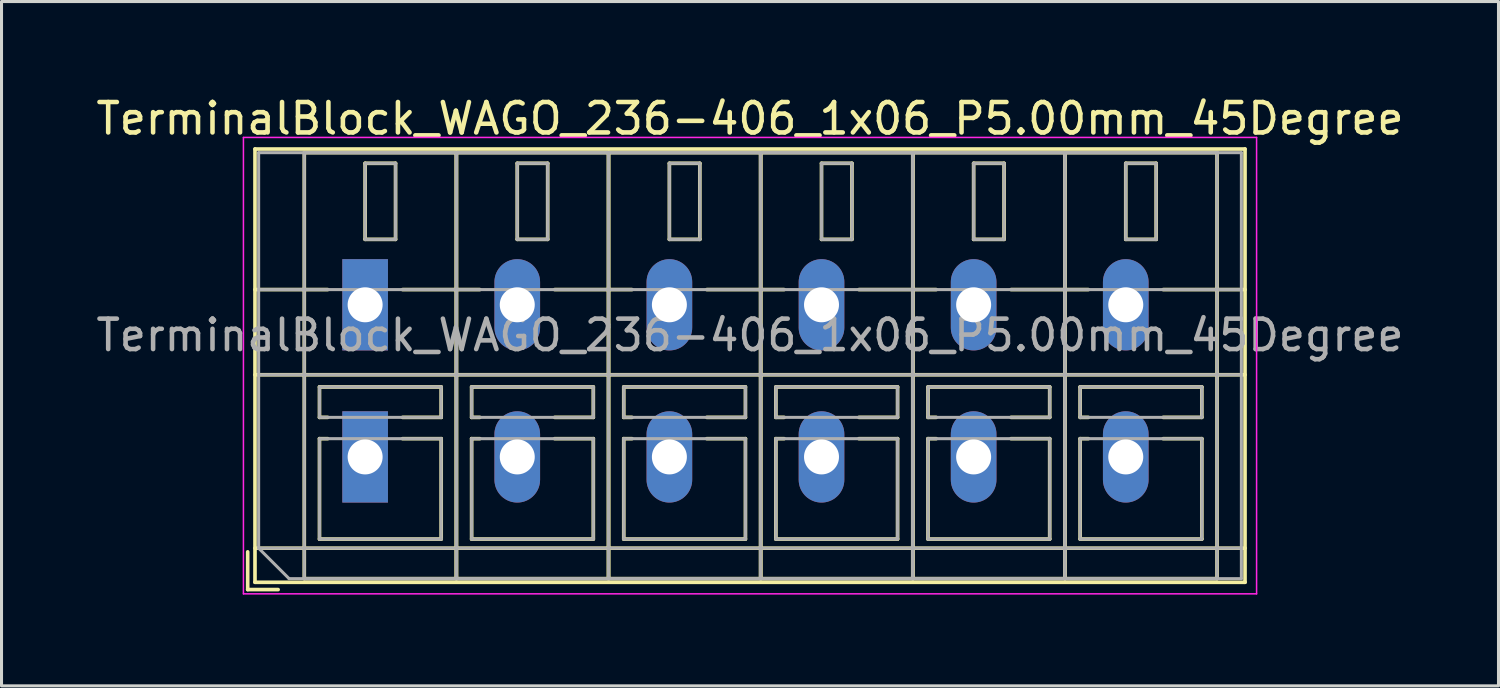
<source format=kicad_pcb>
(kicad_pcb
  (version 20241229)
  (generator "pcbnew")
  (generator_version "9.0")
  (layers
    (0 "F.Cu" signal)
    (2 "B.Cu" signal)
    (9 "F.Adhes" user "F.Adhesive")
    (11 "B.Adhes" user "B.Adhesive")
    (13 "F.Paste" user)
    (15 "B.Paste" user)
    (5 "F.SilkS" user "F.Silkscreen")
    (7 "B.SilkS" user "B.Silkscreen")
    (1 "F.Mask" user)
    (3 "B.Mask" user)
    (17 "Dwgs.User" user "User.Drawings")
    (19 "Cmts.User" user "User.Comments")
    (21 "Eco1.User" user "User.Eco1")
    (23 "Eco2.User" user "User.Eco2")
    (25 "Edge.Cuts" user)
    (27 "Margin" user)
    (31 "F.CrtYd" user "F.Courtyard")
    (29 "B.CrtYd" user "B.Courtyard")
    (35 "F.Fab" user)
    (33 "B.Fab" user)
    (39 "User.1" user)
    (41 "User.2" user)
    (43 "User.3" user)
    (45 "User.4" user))
  (footprint "TerminalBlock_WAGO_236-406_1x06_P5.00mm_45Degree"
    (layer "F.Cu")
    (at 8.951 6.968)
    (property "Reference" "TerminalBlock_WAGO_236-406_1x06_P5.00mm_45Degree" (at 12.65 -6.12 0) (layer "F.SilkS") (effects (font (size 1 1) (thickness 0.15))))
    (attr through_hole)
    (fp_line (start -3.86 8.12) (end -3.86 9.36) (stroke (width 0.12) (type solid)) (layer "F.SilkS"))
    (fp_line (start -3.86 9.36) (end -2.86 9.36) (stroke (width 0.12) (type solid)) (layer "F.SilkS"))
    (fp_line (start -3.62 -5.12) (end -3.62 9.12) (stroke (width 0.12) (type solid)) (layer "F.SilkS"))
    (fp_line (start -3.62 -5.12) (end 28.92 -5.12) (stroke (width 0.12) (type solid)) (layer "F.SilkS"))
    (fp_line (start -3.62 -0.5) (end -1.23 -0.5) (stroke (width 0.12) (type solid)) (layer "F.SilkS"))
    (fp_line (start -3.62 2.3) (end 28.92 2.3) (stroke (width 0.12) (type solid)) (layer "F.SilkS"))
    (fp_line (start -3.62 8) (end 28.92 8) (stroke (width 0.12) (type solid)) (layer "F.SilkS"))
    (fp_line (start -3.62 9.12) (end 28.92 9.12) (stroke (width 0.12) (type solid)) (layer "F.SilkS"))
    (fp_line (start -2 -5) (end -2 9) (stroke (width 0.12) (type solid)) (layer "F.SilkS"))
    (fp_line (start -2 -5) (end 3 -5) (stroke (width 0.12) (type solid)) (layer "F.SilkS"))
    (fp_line (start -2 9) (end 3 9) (stroke (width 0.12) (type solid)) (layer "F.SilkS"))
    (fp_line (start -1.5 2.7) (end -1.5 3.7) (stroke (width 0.12) (type solid)) (layer "F.SilkS"))
    (fp_line (start -1.5 2.7) (end 2.5 2.7) (stroke (width 0.12) (type solid)) (layer "F.SilkS"))
    (fp_line (start -1.5 3.7) (end -1.23 3.7) (stroke (width 0.12) (type solid)) (layer "F.SilkS"))
    (fp_line (start -1.5 4.4) (end -1.5 7.7) (stroke (width 0.12) (type solid)) (layer "F.SilkS"))
    (fp_line (start -1.5 4.4) (end -1.23 4.4) (stroke (width 0.12) (type solid)) (layer "F.SilkS"))
    (fp_line (start -1.5 7.7) (end 2.5 7.7) (stroke (width 0.12) (type solid)) (layer "F.SilkS"))
    (fp_line (start 0 -4.65) (end 0 -2.151) (stroke (width 0.12) (type solid)) (layer "F.SilkS"))
    (fp_line (start 0 -4.65) (end 1 -4.65) (stroke (width 0.12) (type solid)) (layer "F.SilkS"))
    (fp_line (start 0 -2.151) (end 1 -2.151) (stroke (width 0.12) (type solid)) (layer "F.SilkS"))
    (fp_line (start 1 -4.65) (end 1 -2.151) (stroke (width 0.12) (type solid)) (layer "F.SilkS"))
    (fp_line (start 1.23 -0.5) (end 3.77 -0.5) (stroke (width 0.12) (type solid)) (layer "F.SilkS"))
    (fp_line (start 1.23 3.7) (end 2.5 3.7) (stroke (width 0.12) (type solid)) (layer "F.SilkS"))
    (fp_line (start 1.23 4.4) (end 2.5 4.4) (stroke (width 0.12) (type solid)) (layer "F.SilkS"))
    (fp_line (start 2.5 2.7) (end 2.5 3.7) (stroke (width 0.12) (type solid)) (layer "F.SilkS"))
    (fp_line (start 2.5 4.4) (end 2.5 7.7) (stroke (width 0.12) (type solid)) (layer "F.SilkS"))
    (fp_line (start 3 -5) (end 3 9) (stroke (width 0.12) (type solid)) (layer "F.SilkS"))
    (fp_line (start 3 -5) (end 3 9) (stroke (width 0.12) (type solid)) (layer "F.SilkS"))
    (fp_line (start 3 -5) (end 8 -5) (stroke (width 0.12) (type solid)) (layer "F.SilkS"))
    (fp_line (start 3 9) (end 8 9) (stroke (width 0.12) (type solid)) (layer "F.SilkS"))
    (fp_line (start 3.5 2.7) (end 3.5 3.7) (stroke (width 0.12) (type solid)) (layer "F.SilkS"))
    (fp_line (start 3.5 2.7) (end 7.5 2.7) (stroke (width 0.12) (type solid)) (layer "F.SilkS"))
    (fp_line (start 3.5 3.7) (end 3.77 3.7) (stroke (width 0.12) (type solid)) (layer "F.SilkS"))
    (fp_line (start 3.5 4.4) (end 3.5 7.7) (stroke (width 0.12) (type solid)) (layer "F.SilkS"))
    (fp_line (start 3.5 4.4) (end 3.77 4.4) (stroke (width 0.12) (type solid)) (layer "F.SilkS"))
    (fp_line (start 3.5 7.7) (end 7.5 7.7) (stroke (width 0.12) (type solid)) (layer "F.SilkS"))
    (fp_line (start 5 -4.65) (end 5 -2.151) (stroke (width 0.12) (type solid)) (layer "F.SilkS"))
    (fp_line (start 5 -4.65) (end 6 -4.65) (stroke (width 0.12) (type solid)) (layer "F.SilkS"))
    (fp_line (start 5 -2.151) (end 6 -2.151) (stroke (width 0.12) (type solid)) (layer "F.SilkS"))
    (fp_line (start 6 -4.65) (end 6 -2.151) (stroke (width 0.12) (type solid)) (layer "F.SilkS"))
    (fp_line (start 6.23 -0.5) (end 8.77 -0.5) (stroke (width 0.12) (type solid)) (layer "F.SilkS"))
    (fp_line (start 6.23 3.7) (end 7.5 3.7) (stroke (width 0.12) (type solid)) (layer "F.SilkS"))
    (fp_line (start 6.23 4.4) (end 7.5 4.4) (stroke (width 0.12) (type solid)) (layer "F.SilkS"))
    (fp_line (start 7.5 2.7) (end 7.5 3.7) (stroke (width 0.12) (type solid)) (layer "F.SilkS"))
    (fp_line (start 7.5 4.4) (end 7.5 7.7) (stroke (width 0.12) (type solid)) (layer "F.SilkS"))
    (fp_line (start 8 -5) (end 8 9) (stroke (width 0.12) (type solid)) (layer "F.SilkS"))
    (fp_line (start 8 -5) (end 8 9) (stroke (width 0.12) (type solid)) (layer "F.SilkS"))
    (fp_line (start 8 -5) (end 13 -5) (stroke (width 0.12) (type solid)) (layer "F.SilkS"))
    (fp_line (start 8 9) (end 13 9) (stroke (width 0.12) (type solid)) (layer "F.SilkS"))
    (fp_line (start 8.5 2.7) (end 8.5 3.7) (stroke (width 0.12) (type solid)) (layer "F.SilkS"))
    (fp_line (start 8.5 2.7) (end 12.5 2.7) (stroke (width 0.12) (type solid)) (layer "F.SilkS"))
    (fp_line (start 8.5 3.7) (end 8.77 3.7) (stroke (width 0.12) (type solid)) (layer "F.SilkS"))
    (fp_line (start 8.5 4.4) (end 8.5 7.7) (stroke (width 0.12) (type solid)) (layer "F.SilkS"))
    (fp_line (start 8.5 4.4) (end 8.77 4.4) (stroke (width 0.12) (type solid)) (layer "F.SilkS"))
    (fp_line (start 8.5 7.7) (end 12.5 7.7) (stroke (width 0.12) (type solid)) (layer "F.SilkS"))
    (fp_line (start 10 -4.65) (end 10 -2.151) (stroke (width 0.12) (type solid)) (layer "F.SilkS"))
    (fp_line (start 10 -4.65) (end 11 -4.65) (stroke (width 0.12) (type solid)) (layer "F.SilkS"))
    (fp_line (start 10 -2.151) (end 11 -2.151) (stroke (width 0.12) (type solid)) (layer "F.SilkS"))
    (fp_line (start 11 -4.65) (end 11 -2.151) (stroke (width 0.12) (type solid)) (layer "F.SilkS"))
    (fp_line (start 11.23 -0.5) (end 13.77 -0.5) (stroke (width 0.12) (type solid)) (layer "F.SilkS"))
    (fp_line (start 11.23 3.7) (end 12.5 3.7) (stroke (width 0.12) (type solid)) (layer "F.SilkS"))
    (fp_line (start 11.23 4.4) (end 12.5 4.4) (stroke (width 0.12) (type solid)) (layer "F.SilkS"))
    (fp_line (start 12.5 2.7) (end 12.5 3.7) (stroke (width 0.12) (type solid)) (layer "F.SilkS"))
    (fp_line (start 12.5 4.4) (end 12.5 7.7) (stroke (width 0.12) (type solid)) (layer "F.SilkS"))
    (fp_line (start 13 -5) (end 13 9) (stroke (width 0.12) (type solid)) (layer "F.SilkS"))
    (fp_line (start 13 -5) (end 13 9) (stroke (width 0.12) (type solid)) (layer "F.SilkS"))
    (fp_line (start 13 -5) (end 18 -5) (stroke (width 0.12) (type solid)) (layer "F.SilkS"))
    (fp_line (start 13 9) (end 18 9) (stroke (width 0.12) (type solid)) (layer "F.SilkS"))
    (fp_line (start 13.5 2.7) (end 13.5 3.7) (stroke (width 0.12) (type solid)) (layer "F.SilkS"))
    (fp_line (start 13.5 2.7) (end 17.5 2.7) (stroke (width 0.12) (type solid)) (layer "F.SilkS"))
    (fp_line (start 13.5 3.7) (end 13.77 3.7) (stroke (width 0.12) (type solid)) (layer "F.SilkS"))
    (fp_line (start 13.5 4.4) (end 13.5 7.7) (stroke (width 0.12) (type solid)) (layer "F.SilkS"))
    (fp_line (start 13.5 4.4) (end 13.77 4.4) (stroke (width 0.12) (type solid)) (layer "F.SilkS"))
    (fp_line (start 13.5 7.7) (end 17.5 7.7) (stroke (width 0.12) (type solid)) (layer "F.SilkS"))
    (fp_line (start 15 -4.65) (end 15 -2.151) (stroke (width 0.12) (type solid)) (layer "F.SilkS"))
    (fp_line (start 15 -4.65) (end 16 -4.65) (stroke (width 0.12) (type solid)) (layer "F.SilkS"))
    (fp_line (start 15 -2.151) (end 16 -2.151) (stroke (width 0.12) (type solid)) (layer "F.SilkS"))
    (fp_line (start 16 -4.65) (end 16 -2.151) (stroke (width 0.12) (type solid)) (layer "F.SilkS"))
    (fp_line (start 16.23 -0.5) (end 18.77 -0.5) (stroke (width 0.12) (type solid)) (layer "F.SilkS"))
    (fp_line (start 16.23 3.7) (end 17.5 3.7) (stroke (width 0.12) (type solid)) (layer "F.SilkS"))
    (fp_line (start 16.23 4.4) (end 17.5 4.4) (stroke (width 0.12) (type solid)) (layer "F.SilkS"))
    (fp_line (start 17.5 2.7) (end 17.5 3.7) (stroke (width 0.12) (type solid)) (layer "F.SilkS"))
    (fp_line (start 17.5 4.4) (end 17.5 7.7) (stroke (width 0.12) (type solid)) (layer "F.SilkS"))
    (fp_line (start 18 -5) (end 18 9) (stroke (width 0.12) (type solid)) (layer "F.SilkS"))
    (fp_line (start 18 -5) (end 18 9) (stroke (width 0.12) (type solid)) (layer "F.SilkS"))
    (fp_line (start 18 -5) (end 23 -5) (stroke (width 0.12) (type solid)) (layer "F.SilkS"))
    (fp_line (start 18 9) (end 23 9) (stroke (width 0.12) (type solid)) (layer "F.SilkS"))
    (fp_line (start 18.5 2.7) (end 18.5 3.7) (stroke (width 0.12) (type solid)) (layer "F.SilkS"))
    (fp_line (start 18.5 2.7) (end 22.5 2.7) (stroke (width 0.12) (type solid)) (layer "F.SilkS"))
    (fp_line (start 18.5 3.7) (end 18.77 3.7) (stroke (width 0.12) (type solid)) (layer "F.SilkS"))
    (fp_line (start 18.5 4.4) (end 18.5 7.7) (stroke (width 0.12) (type solid)) (layer "F.SilkS"))
    (fp_line (start 18.5 4.4) (end 18.77 4.4) (stroke (width 0.12) (type solid)) (layer "F.SilkS"))
    (fp_line (start 18.5 7.7) (end 22.5 7.7) (stroke (width 0.12) (type solid)) (layer "F.SilkS"))
    (fp_line (start 20 -4.65) (end 20 -2.151) (stroke (width 0.12) (type solid)) (layer "F.SilkS"))
    (fp_line (start 20 -4.65) (end 21 -4.65) (stroke (width 0.12) (type solid)) (layer "F.SilkS"))
    (fp_line (start 20 -2.151) (end 21 -2.151) (stroke (width 0.12) (type solid)) (layer "F.SilkS"))
    (fp_line (start 21 -4.65) (end 21 -2.151) (stroke (width 0.12) (type solid)) (layer "F.SilkS"))
    (fp_line (start 21.23 -0.5) (end 23.77 -0.5) (stroke (width 0.12) (type solid)) (layer "F.SilkS"))
    (fp_line (start 21.23 3.7) (end 22.5 3.7) (stroke (width 0.12) (type solid)) (layer "F.SilkS"))
    (fp_line (start 21.23 4.4) (end 22.5 4.4) (stroke (width 0.12) (type solid)) (layer "F.SilkS"))
    (fp_line (start 22.5 2.7) (end 22.5 3.7) (stroke (width 0.12) (type solid)) (layer "F.SilkS"))
    (fp_line (start 22.5 4.4) (end 22.5 7.7) (stroke (width 0.12) (type solid)) (layer "F.SilkS"))
    (fp_line (start 23 -5) (end 23 9) (stroke (width 0.12) (type solid)) (layer "F.SilkS"))
    (fp_line (start 23 -5) (end 23 9) (stroke (width 0.12) (type solid)) (layer "F.SilkS"))
    (fp_line (start 23 -5) (end 28 -5) (stroke (width 0.12) (type solid)) (layer "F.SilkS"))
    (fp_line (start 23 9) (end 28 9) (stroke (width 0.12) (type solid)) (layer "F.SilkS"))
    (fp_line (start 23.5 2.7) (end 23.5 3.7) (stroke (width 0.12) (type solid)) (layer "F.SilkS"))
    (fp_line (start 23.5 2.7) (end 27.5 2.7) (stroke (width 0.12) (type solid)) (layer "F.SilkS"))
    (fp_line (start 23.5 3.7) (end 23.77 3.7) (stroke (width 0.12) (type solid)) (layer "F.SilkS"))
    (fp_line (start 23.5 4.4) (end 23.5 7.7) (stroke (width 0.12) (type solid)) (layer "F.SilkS"))
    (fp_line (start 23.5 4.4) (end 23.77 4.4) (stroke (width 0.12) (type solid)) (layer "F.SilkS"))
    (fp_line (start 23.5 7.7) (end 27.5 7.7) (stroke (width 0.12) (type solid)) (layer "F.SilkS"))
    (fp_line (start 25 -4.65) (end 25 -2.151) (stroke (width 0.12) (type solid)) (layer "F.SilkS"))
    (fp_line (start 25 -4.65) (end 26 -4.65) (stroke (width 0.12) (type solid)) (layer "F.SilkS"))
    (fp_line (start 25 -2.151) (end 26 -2.151) (stroke (width 0.12) (type solid)) (layer "F.SilkS"))
    (fp_line (start 26 -4.65) (end 26 -2.151) (stroke (width 0.12) (type solid)) (layer "F.SilkS"))
    (fp_line (start 26.23 -0.5) (end 28.92 -0.5) (stroke (width 0.12) (type solid)) (layer "F.SilkS"))
    (fp_line (start 26.23 3.7) (end 27.5 3.7) (stroke (width 0.12) (type solid)) (layer "F.SilkS"))
    (fp_line (start 26.23 4.4) (end 27.5 4.4) (stroke (width 0.12) (type solid)) (layer "F.SilkS"))
    (fp_line (start 27.5 2.7) (end 27.5 3.7) (stroke (width 0.12) (type solid)) (layer "F.SilkS"))
    (fp_line (start 27.5 4.4) (end 27.5 7.7) (stroke (width 0.12) (type solid)) (layer "F.SilkS"))
    (fp_line (start 28 -5) (end 28 9) (stroke (width 0.12) (type solid)) (layer "F.SilkS"))
    (fp_line (start 28.92 -5.12) (end 28.92 9.12) (stroke (width 0.12) (type solid)) (layer "F.SilkS"))
    (fp_line (start -4 -5.5) (end -4 9.5) (stroke (width 0.05) (type solid)) (layer "F.CrtYd"))
    (fp_line (start -4 9.5) (end 29.3 9.5) (stroke (width 0.05) (type solid)) (layer "F.CrtYd"))
    (fp_line (start 29.3 -5.5) (end -4 -5.5) (stroke (width 0.05) (type solid)) (layer "F.CrtYd"))
    (fp_line (start 29.3 9.5) (end 29.3 -5.5) (stroke (width 0.05) (type solid)) (layer "F.CrtYd"))
    (fp_line (start -3.5 -5) (end 28.8 -5) (stroke (width 0.1) (type solid)) (layer "F.Fab"))
    (fp_line (start -3.5 -0.5) (end 28.8 -0.5) (stroke (width 0.1) (type solid)) (layer "F.Fab"))
    (fp_line (start -3.5 2.3) (end 28.8 2.3) (stroke (width 0.1) (type solid)) (layer "F.Fab"))
    (fp_line (start -3.5 8) (end -3.5 -5) (stroke (width 0.1) (type solid)) (layer "F.Fab"))
    (fp_line (start -3.5 8) (end 28.8 8) (stroke (width 0.1) (type solid)) (layer "F.Fab"))
    (fp_line (start -2.5 9) (end -3.5 8) (stroke (width 0.1) (type solid)) (layer "F.Fab"))
    (fp_line (start -2 -5) (end -2 9) (stroke (width 0.1) (type solid)) (layer "F.Fab"))
    (fp_line (start -2 9) (end 3 9) (stroke (width 0.1) (type solid)) (layer "F.Fab"))
    (fp_line (start -1.5 2.7) (end -1.5 3.7) (stroke (width 0.1) (type solid)) (layer "F.Fab"))
    (fp_line (start -1.5 3.7) (end 2.5 3.7) (stroke (width 0.1) (type solid)) (layer "F.Fab"))
    (fp_line (start -1.5 4.4) (end -1.5 7.7) (stroke (width 0.1) (type solid)) (layer "F.Fab"))
    (fp_line (start -1.5 7.7) (end 2.5 7.7) (stroke (width 0.1) (type solid)) (layer "F.Fab"))
    (fp_line (start 0 -4.65) (end 0 -2.15) (stroke (width 0.1) (type solid)) (layer "F.Fab"))
    (fp_line (start 0 -2.15) (end 1 -2.15) (stroke (width 0.1) (type solid)) (layer "F.Fab"))
    (fp_line (start 1 -4.65) (end 0 -4.65) (stroke (width 0.1) (type solid)) (layer "F.Fab"))
    (fp_line (start 1 -2.15) (end 1 -4.65) (stroke (width 0.1) (type solid)) (layer "F.Fab"))
    (fp_line (start 2.5 2.7) (end -1.5 2.7) (stroke (width 0.1) (type solid)) (layer "F.Fab"))
    (fp_line (start 2.5 3.7) (end 2.5 2.7) (stroke (width 0.1) (type solid)) (layer "F.Fab"))
    (fp_line (start 2.5 4.4) (end -1.5 4.4) (stroke (width 0.1) (type solid)) (layer "F.Fab"))
    (fp_line (start 2.5 7.7) (end 2.5 4.4) (stroke (width 0.1) (type solid)) (layer "F.Fab"))
    (fp_line (start 3 -5) (end -2 -5) (stroke (width 0.1) (type solid)) (layer "F.Fab"))
    (fp_line (start 3 -5) (end 3 9) (stroke (width 0.1) (type solid)) (layer "F.Fab"))
    (fp_line (start 3 9) (end 3 -5) (stroke (width 0.1) (type solid)) (layer "F.Fab"))
    (fp_line (start 3 9) (end 8 9) (stroke (width 0.1) (type solid)) (layer "F.Fab"))
    (fp_line (start 3.5 2.7) (end 3.5 3.7) (stroke (width 0.1) (type solid)) (layer "F.Fab"))
    (fp_line (start 3.5 3.7) (end 7.5 3.7) (stroke (width 0.1) (type solid)) (layer "F.Fab"))
    (fp_line (start 3.5 4.4) (end 3.5 7.7) (stroke (width 0.1) (type solid)) (layer "F.Fab"))
    (fp_line (start 3.5 7.7) (end 7.5 7.7) (stroke (width 0.1) (type solid)) (layer "F.Fab"))
    (fp_line (start 5 -4.65) (end 5 -2.15) (stroke (width 0.1) (type solid)) (layer "F.Fab"))
    (fp_line (start 5 -2.15) (end 6 -2.15) (stroke (width 0.1) (type solid)) (layer "F.Fab"))
    (fp_line (start 6 -4.65) (end 5 -4.65) (stroke (width 0.1) (type solid)) (layer "F.Fab"))
    (fp_line (start 6 -2.15) (end 6 -4.65) (stroke (width 0.1) (type solid)) (layer "F.Fab"))
    (fp_line (start 7.5 2.7) (end 3.5 2.7) (stroke (width 0.1) (type solid)) (layer "F.Fab"))
    (fp_line (start 7.5 3.7) (end 7.5 2.7) (stroke (width 0.1) (type solid)) (layer "F.Fab"))
    (fp_line (start 7.5 4.4) (end 3.5 4.4) (stroke (width 0.1) (type solid)) (layer "F.Fab"))
    (fp_line (start 7.5 7.7) (end 7.5 4.4) (stroke (width 0.1) (type solid)) (layer "F.Fab"))
    (fp_line (start 8 -5) (end 3 -5) (stroke (width 0.1) (type solid)) (layer "F.Fab"))
    (fp_line (start 8 -5) (end 8 9) (stroke (width 0.1) (type solid)) (layer "F.Fab"))
    (fp_line (start 8 9) (end 8 -5) (stroke (width 0.1) (type solid)) (layer "F.Fab"))
    (fp_line (start 8 9) (end 13 9) (stroke (width 0.1) (type solid)) (layer "F.Fab"))
    (fp_line (start 8.5 2.7) (end 8.5 3.7) (stroke (width 0.1) (type solid)) (layer "F.Fab"))
    (fp_line (start 8.5 3.7) (end 12.5 3.7) (stroke (width 0.1) (type solid)) (layer "F.Fab"))
    (fp_line (start 8.5 4.4) (end 8.5 7.7) (stroke (width 0.1) (type solid)) (layer "F.Fab"))
    (fp_line (start 8.5 7.7) (end 12.5 7.7) (stroke (width 0.1) (type solid)) (layer "F.Fab"))
    (fp_line (start 10 -4.65) (end 10 -2.15) (stroke (width 0.1) (type solid)) (layer "F.Fab"))
    (fp_line (start 10 -2.15) (end 11 -2.15) (stroke (width 0.1) (type solid)) (layer "F.Fab"))
    (fp_line (start 11 -4.65) (end 10 -4.65) (stroke (width 0.1) (type solid)) (layer "F.Fab"))
    (fp_line (start 11 -2.15) (end 11 -4.65) (stroke (width 0.1) (type solid)) (layer "F.Fab"))
    (fp_line (start 12.5 2.7) (end 8.5 2.7) (stroke (width 0.1) (type solid)) (layer "F.Fab"))
    (fp_line (start 12.5 3.7) (end 12.5 2.7) (stroke (width 0.1) (type solid)) (layer "F.Fab"))
    (fp_line (start 12.5 4.4) (end 8.5 4.4) (stroke (width 0.1) (type solid)) (layer "F.Fab"))
    (fp_line (start 12.5 7.7) (end 12.5 4.4) (stroke (width 0.1) (type solid)) (layer "F.Fab"))
    (fp_line (start 13 -5) (end 8 -5) (stroke (width 0.1) (type solid)) (layer "F.Fab"))
    (fp_line (start 13 -5) (end 13 9) (stroke (width 0.1) (type solid)) (layer "F.Fab"))
    (fp_line (start 13 9) (end 13 -5) (stroke (width 0.1) (type solid)) (layer "F.Fab"))
    (fp_line (start 13 9) (end 18 9) (stroke (width 0.1) (type solid)) (layer "F.Fab"))
    (fp_line (start 13.5 2.7) (end 13.5 3.7) (stroke (width 0.1) (type solid)) (layer "F.Fab"))
    (fp_line (start 13.5 3.7) (end 17.5 3.7) (stroke (width 0.1) (type solid)) (layer "F.Fab"))
    (fp_line (start 13.5 4.4) (end 13.5 7.7) (stroke (width 0.1) (type solid)) (layer "F.Fab"))
    (fp_line (start 13.5 7.7) (end 17.5 7.7) (stroke (width 0.1) (type solid)) (layer "F.Fab"))
    (fp_line (start 15 -4.65) (end 15 -2.15) (stroke (width 0.1) (type solid)) (layer "F.Fab"))
    (fp_line (start 15 -2.15) (end 16 -2.15) (stroke (width 0.1) (type solid)) (layer "F.Fab"))
    (fp_line (start 16 -4.65) (end 15 -4.65) (stroke (width 0.1) (type solid)) (layer "F.Fab"))
    (fp_line (start 16 -2.15) (end 16 -4.65) (stroke (width 0.1) (type solid)) (layer "F.Fab"))
    (fp_line (start 17.5 2.7) (end 13.5 2.7) (stroke (width 0.1) (type solid)) (layer "F.Fab"))
    (fp_line (start 17.5 3.7) (end 17.5 2.7) (stroke (width 0.1) (type solid)) (layer "F.Fab"))
    (fp_line (start 17.5 4.4) (end 13.5 4.4) (stroke (width 0.1) (type solid)) (layer "F.Fab"))
    (fp_line (start 17.5 7.7) (end 17.5 4.4) (stroke (width 0.1) (type solid)) (layer "F.Fab"))
    (fp_line (start 18 -5) (end 13 -5) (stroke (width 0.1) (type solid)) (layer "F.Fab"))
    (fp_line (start 18 -5) (end 18 9) (stroke (width 0.1) (type solid)) (layer "F.Fab"))
    (fp_line (start 18 9) (end 18 -5) (stroke (width 0.1) (type solid)) (layer "F.Fab"))
    (fp_line (start 18 9) (end 23 9) (stroke (width 0.1) (type solid)) (layer "F.Fab"))
    (fp_line (start 18.5 2.7) (end 18.5 3.7) (stroke (width 0.1) (type solid)) (layer "F.Fab"))
    (fp_line (start 18.5 3.7) (end 22.5 3.7) (stroke (width 0.1) (type solid)) (layer "F.Fab"))
    (fp_line (start 18.5 4.4) (end 18.5 7.7) (stroke (width 0.1) (type solid)) (layer "F.Fab"))
    (fp_line (start 18.5 7.7) (end 22.5 7.7) (stroke (width 0.1) (type solid)) (layer "F.Fab"))
    (fp_line (start 20 -4.65) (end 20 -2.15) (stroke (width 0.1) (type solid)) (layer "F.Fab"))
    (fp_line (start 20 -2.15) (end 21 -2.15) (stroke (width 0.1) (type solid)) (layer "F.Fab"))
    (fp_line (start 21 -4.65) (end 20 -4.65) (stroke (width 0.1) (type solid)) (layer "F.Fab"))
    (fp_line (start 21 -2.15) (end 21 -4.65) (stroke (width 0.1) (type solid)) (layer "F.Fab"))
    (fp_line (start 22.5 2.7) (end 18.5 2.7) (stroke (width 0.1) (type solid)) (layer "F.Fab"))
    (fp_line (start 22.5 3.7) (end 22.5 2.7) (stroke (width 0.1) (type solid)) (layer "F.Fab"))
    (fp_line (start 22.5 4.4) (end 18.5 4.4) (stroke (width 0.1) (type solid)) (layer "F.Fab"))
    (fp_line (start 22.5 7.7) (end 22.5 4.4) (stroke (width 0.1) (type solid)) (layer "F.Fab"))
    (fp_line (start 23 -5) (end 18 -5) (stroke (width 0.1) (type solid)) (layer "F.Fab"))
    (fp_line (start 23 -5) (end 23 9) (stroke (width 0.1) (type solid)) (layer "F.Fab"))
    (fp_line (start 23 9) (end 23 -5) (stroke (width 0.1) (type solid)) (layer "F.Fab"))
    (fp_line (start 23 9) (end 28 9) (stroke (width 0.1) (type solid)) (layer "F.Fab"))
    (fp_line (start 23.5 2.7) (end 23.5 3.7) (stroke (width 0.1) (type solid)) (layer "F.Fab"))
    (fp_line (start 23.5 3.7) (end 27.5 3.7) (stroke (width 0.1) (type solid)) (layer "F.Fab"))
    (fp_line (start 23.5 4.4) (end 23.5 7.7) (stroke (width 0.1) (type solid)) (layer "F.Fab"))
    (fp_line (start 23.5 7.7) (end 27.5 7.7) (stroke (width 0.1) (type solid)) (layer "F.Fab"))
    (fp_line (start 25 -4.65) (end 25 -2.15) (stroke (width 0.1) (type solid)) (layer "F.Fab"))
    (fp_line (start 25 -2.15) (end 26 -2.15) (stroke (width 0.1) (type solid)) (layer "F.Fab"))
    (fp_line (start 26 -4.65) (end 25 -4.65) (stroke (width 0.1) (type solid)) (layer "F.Fab"))
    (fp_line (start 26 -2.15) (end 26 -4.65) (stroke (width 0.1) (type solid)) (layer "F.Fab"))
    (fp_line (start 27.5 2.7) (end 23.5 2.7) (stroke (width 0.1) (type solid)) (layer "F.Fab"))
    (fp_line (start 27.5 3.7) (end 27.5 2.7) (stroke (width 0.1) (type solid)) (layer "F.Fab"))
    (fp_line (start 27.5 4.4) (end 23.5 4.4) (stroke (width 0.1) (type solid)) (layer "F.Fab"))
    (fp_line (start 27.5 7.7) (end 27.5 4.4) (stroke (width 0.1) (type solid)) (layer "F.Fab"))
    (fp_line (start 28 -5) (end 23 -5) (stroke (width 0.1) (type solid)) (layer "F.Fab"))
    (fp_line (start 28 9) (end 28 -5) (stroke (width 0.1) (type solid)) (layer "F.Fab"))
    (fp_line (start 28.8 -5) (end 28.8 9) (stroke (width 0.1) (type solid)) (layer "F.Fab"))
    (fp_line (start 28.8 9) (end -2.5 9) (stroke (width 0.1) (type solid)) (layer "F.Fab"))
    (fp_text user "${REFERENCE}" (at 12.65 1 0) (layer "F.Fab") (effects (font (size 1 1) (thickness 0.15))))
    (pad "1" thru_hole rect (at 0 0) (size 1.5 3) (drill 1.15) (layers "*.Cu" "*.Mask"))
    (pad "1" thru_hole rect (at 0 5) (size 1.5 3) (drill 1.15) (layers "*.Cu" "*.Mask"))
    (pad "2" thru_hole oval (at 5 0) (size 1.5 3) (drill 1.15) (layers "*.Cu" "*.Mask"))
    (pad "2" thru_hole oval (at 5 5) (size 1.5 3) (drill 1.15) (layers "*.Cu" "*.Mask"))
    (pad "3" thru_hole oval (at 10 0) (size 1.5 3) (drill 1.15) (layers "*.Cu" "*.Mask"))
    (pad "3" thru_hole oval (at 10 5) (size 1.5 3) (drill 1.15) (layers "*.Cu" "*.Mask"))
    (pad "4" thru_hole oval (at 15 0) (size 1.5 3) (drill 1.15) (layers "*.Cu" "*.Mask"))
    (pad "4" thru_hole oval (at 15 5) (size 1.5 3) (drill 1.15) (layers "*.Cu" "*.Mask"))
    (pad "5" thru_hole oval (at 20 0) (size 1.5 3) (drill 1.15) (layers "*.Cu" "*.Mask"))
    (pad "5" thru_hole oval (at 20 5) (size 1.5 3) (drill 1.15) (layers "*.Cu" "*.Mask"))
    (pad "6" thru_hole oval (at 25 0) (size 1.5 3) (drill 1.15) (layers "*.Cu" "*.Mask"))
    (pad "6" thru_hole oval (at 25 5) (size 1.5 3) (drill 1.15) (layers "*.Cu" "*.Mask")))
  (gr_rect
    (start -3 -3)
    (end 46.202 19.493)
    (stroke (width 0.1) (type default))
    (fill no)
    (layer "Edge.Cuts")))
</source>
